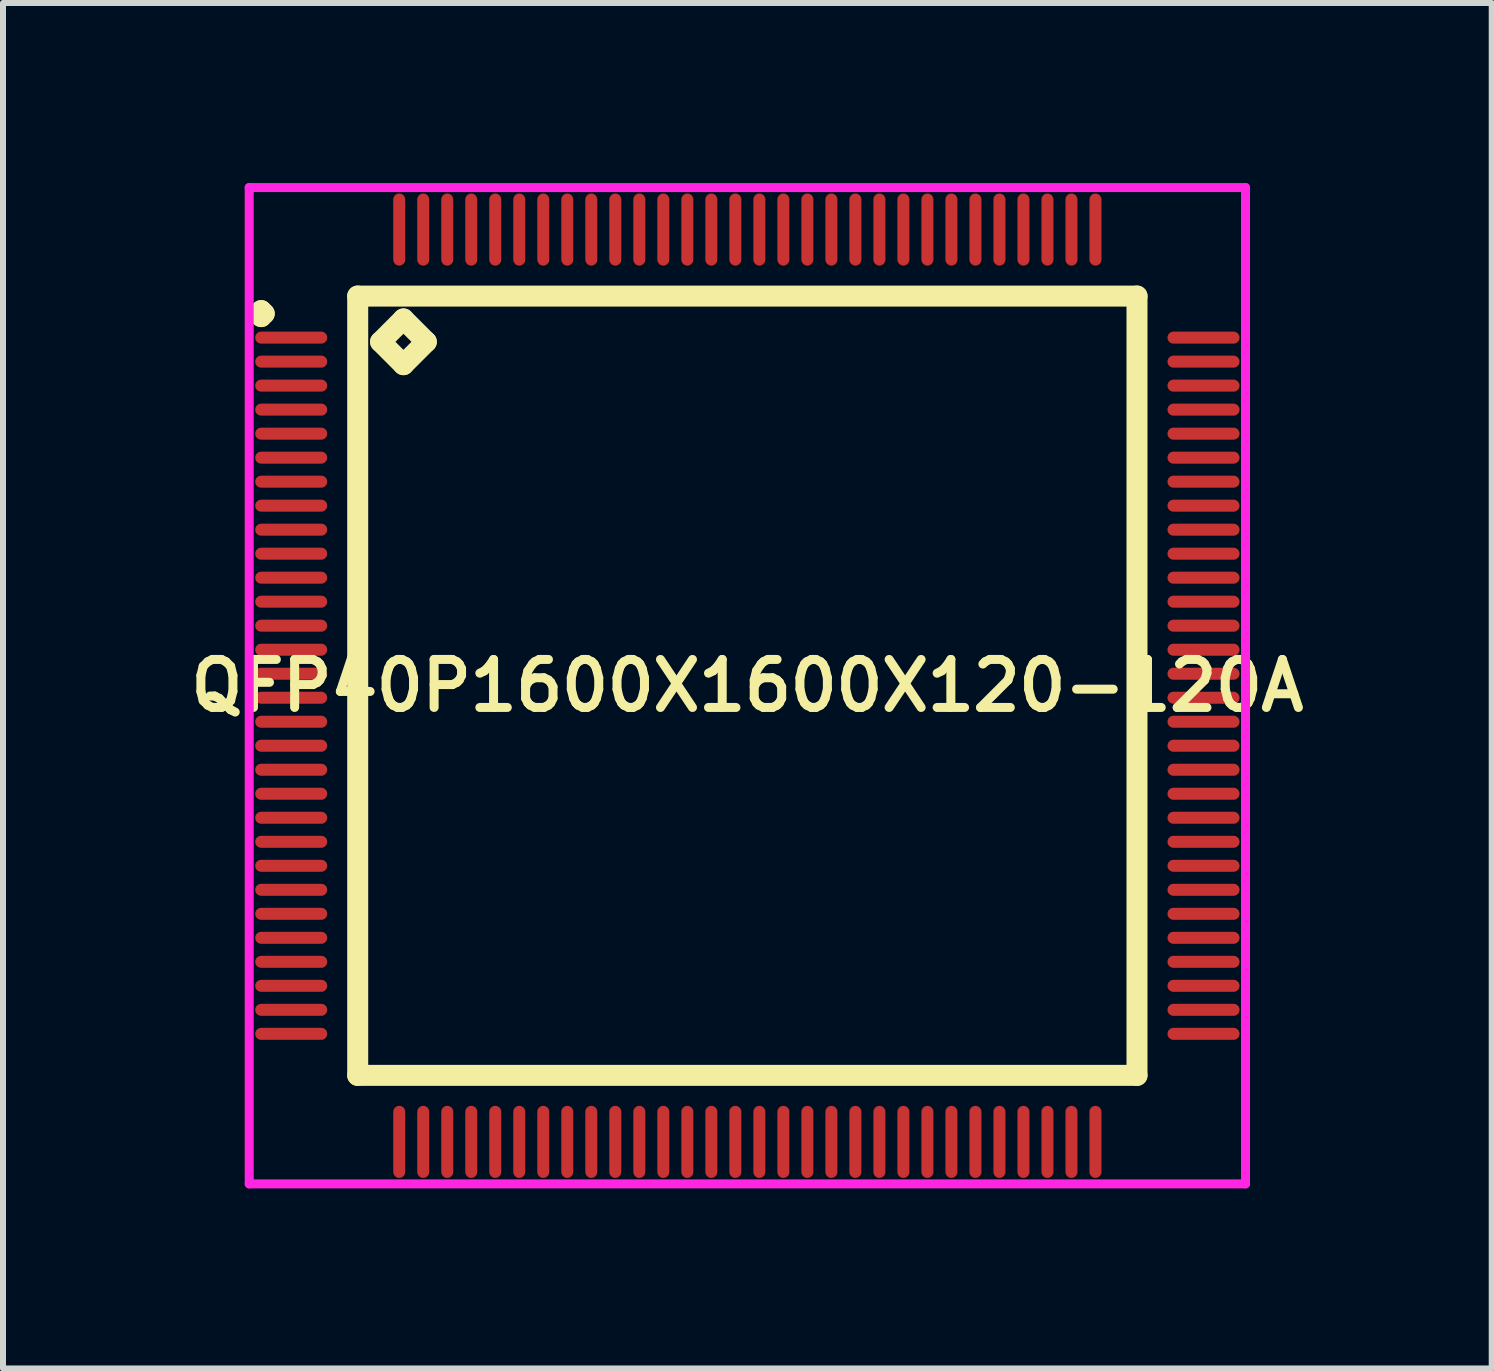
<source format=kicad_pcb>
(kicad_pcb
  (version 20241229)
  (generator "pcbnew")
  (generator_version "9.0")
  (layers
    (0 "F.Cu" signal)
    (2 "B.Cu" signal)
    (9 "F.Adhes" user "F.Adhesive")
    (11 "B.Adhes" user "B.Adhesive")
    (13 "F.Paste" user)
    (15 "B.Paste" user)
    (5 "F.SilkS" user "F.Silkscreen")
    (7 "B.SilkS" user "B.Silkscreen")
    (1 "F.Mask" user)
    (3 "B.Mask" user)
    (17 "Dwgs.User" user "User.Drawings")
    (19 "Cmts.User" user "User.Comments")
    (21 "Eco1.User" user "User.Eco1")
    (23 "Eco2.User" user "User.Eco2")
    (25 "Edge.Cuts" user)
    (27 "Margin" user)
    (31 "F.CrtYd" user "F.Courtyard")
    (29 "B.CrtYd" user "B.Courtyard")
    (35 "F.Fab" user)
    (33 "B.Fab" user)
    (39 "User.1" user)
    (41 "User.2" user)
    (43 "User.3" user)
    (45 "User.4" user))
  (footprint "QFP40P1600X1600X120-120A"
    (layer "F.Cu")
    (at 9.402 8.375)
    (property "Reference" "QFP40P1600X1600X120-120A" (at 0 0 0) (layer "F.SilkS") (effects (font (size 0.8 0.8) (thickness 0.15))))
    (attr smd)
    (fp_line (start -8.15 -6.2) (end -8.1 -6.25) (stroke (width 0.35) (type solid)) (layer "F.SilkS"))
    (fp_line (start -8.1 -6.25) (end -8.05 -6.2) (stroke (width 0.35) (type solid)) (layer "F.SilkS"))
    (fp_line (start -8.1 -6.15) (end -8.15 -6.2) (stroke (width 0.35) (type solid)) (layer "F.SilkS"))
    (fp_line (start -8.05 -6.2) (end -8.1 -6.15) (stroke (width 0.35) (type solid)) (layer "F.SilkS"))
    (fp_line (start -6.492 -6.492) (end -6.492 6.492) (stroke (width 0.35) (type solid)) (layer "F.SilkS"))
    (fp_line (start -6.492 6.492) (end 6.492 6.492) (stroke (width 0.35) (type solid)) (layer "F.SilkS"))
    (fp_line (start -6.111 -5.73) (end -5.73 -6.111) (stroke (width 0.35) (type solid)) (layer "F.SilkS"))
    (fp_line (start -5.73 -6.111) (end -5.349 -5.73) (stroke (width 0.35) (type solid)) (layer "F.SilkS"))
    (fp_line (start -5.73 -5.349) (end -6.111 -5.73) (stroke (width 0.35) (type solid)) (layer "F.SilkS"))
    (fp_line (start -5.349 -5.73) (end -5.73 -5.349) (stroke (width 0.35) (type solid)) (layer "F.SilkS"))
    (fp_line (start 6.492 -6.492) (end -6.492 -6.492) (stroke (width 0.35) (type solid)) (layer "F.SilkS"))
    (fp_line (start 6.492 6.492) (end 6.492 -6.492) (stroke (width 0.35) (type solid)) (layer "F.SilkS"))
    (fp_line (start -8.3 -8.3) (end 8.3 -8.3) (stroke (width 0.15) (type solid)) (layer "F.CrtYd"))
    (fp_line (start -8.3 8.3) (end -8.3 -8.3) (stroke (width 0.15) (type solid)) (layer "F.CrtYd"))
    (fp_line (start 8.3 -8.3) (end 8.3 8.3) (stroke (width 0.15) (type solid)) (layer "F.CrtYd"))
    (fp_line (start 8.3 8.3) (end -8.3 8.3) (stroke (width 0.15) (type solid)) (layer "F.CrtYd"))
    (pad "1" smd oval (at -7.6 -5.8) (size 1.2 0.2) (layers "F.Cu" "F.Mask" "F.Paste"))
    (pad "2" smd oval (at -7.6 -5.4) (size 1.2 0.2) (layers "F.Cu" "F.Mask" "F.Paste"))
    (pad "3" smd oval (at -7.6 -5) (size 1.2 0.2) (layers "F.Cu" "F.Mask" "F.Paste"))
    (pad "4" smd oval (at -7.6 -4.6) (size 1.2 0.2) (layers "F.Cu" "F.Mask" "F.Paste"))
    (pad "5" smd oval (at -7.6 -4.2) (size 1.2 0.2) (layers "F.Cu" "F.Mask" "F.Paste"))
    (pad "6" smd oval (at -7.6 -3.8) (size 1.2 0.2) (layers "F.Cu" "F.Mask" "F.Paste"))
    (pad "7" smd oval (at -7.6 -3.4) (size 1.2 0.2) (layers "F.Cu" "F.Mask" "F.Paste"))
    (pad "8" smd oval (at -7.6 -3) (size 1.2 0.2) (layers "F.Cu" "F.Mask" "F.Paste"))
    (pad "9" smd oval (at -7.6 -2.6) (size 1.2 0.2) (layers "F.Cu" "F.Mask" "F.Paste"))
    (pad "10" smd oval (at -7.6 -2.2) (size 1.2 0.2) (layers "F.Cu" "F.Mask" "F.Paste"))
    (pad "11" smd oval (at -7.6 -1.8) (size 1.2 0.2) (layers "F.Cu" "F.Mask" "F.Paste"))
    (pad "12" smd oval (at -7.6 -1.4) (size 1.2 0.2) (layers "F.Cu" "F.Mask" "F.Paste"))
    (pad "13" smd oval (at -7.6 -1) (size 1.2 0.2) (layers "F.Cu" "F.Mask" "F.Paste"))
    (pad "14" smd oval (at -7.6 -0.6) (size 1.2 0.2) (layers "F.Cu" "F.Mask" "F.Paste"))
    (pad "15" smd oval (at -7.6 -0.2) (size 1.2 0.2) (layers "F.Cu" "F.Mask" "F.Paste"))
    (pad "16" smd oval (at -7.6 0.2) (size 1.2 0.2) (layers "F.Cu" "F.Mask" "F.Paste"))
    (pad "17" smd oval (at -7.6 0.6) (size 1.2 0.2) (layers "F.Cu" "F.Mask" "F.Paste"))
    (pad "18" smd oval (at -7.6 1) (size 1.2 0.2) (layers "F.Cu" "F.Mask" "F.Paste"))
    (pad "19" smd oval (at -7.6 1.4) (size 1.2 0.2) (layers "F.Cu" "F.Mask" "F.Paste"))
    (pad "20" smd oval (at -7.6 1.8) (size 1.2 0.2) (layers "F.Cu" "F.Mask" "F.Paste"))
    (pad "21" smd oval (at -7.6 2.2) (size 1.2 0.2) (layers "F.Cu" "F.Mask" "F.Paste"))
    (pad "22" smd oval (at -7.6 2.6) (size 1.2 0.2) (layers "F.Cu" "F.Mask" "F.Paste"))
    (pad "23" smd oval (at -7.6 3) (size 1.2 0.2) (layers "F.Cu" "F.Mask" "F.Paste"))
    (pad "24" smd oval (at -7.6 3.4) (size 1.2 0.2) (layers "F.Cu" "F.Mask" "F.Paste"))
    (pad "25" smd oval (at -7.6 3.8) (size 1.2 0.2) (layers "F.Cu" "F.Mask" "F.Paste"))
    (pad "26" smd oval (at -7.6 4.2) (size 1.2 0.2) (layers "F.Cu" "F.Mask" "F.Paste"))
    (pad "27" smd oval (at -7.6 4.6) (size 1.2 0.2) (layers "F.Cu" "F.Mask" "F.Paste"))
    (pad "28" smd oval (at -7.6 5) (size 1.2 0.2) (layers "F.Cu" "F.Mask" "F.Paste"))
    (pad "29" smd oval (at -7.6 5.4) (size 1.2 0.2) (layers "F.Cu" "F.Mask" "F.Paste"))
    (pad "30" smd oval (at -7.6 5.8) (size 1.2 0.2) (layers "F.Cu" "F.Mask" "F.Paste"))
    (pad "31" smd oval (at -5.8 7.6) (size 0.2 1.2) (layers "F.Cu" "F.Mask" "F.Paste"))
    (pad "32" smd oval (at -5.4 7.6) (size 0.2 1.2) (layers "F.Cu" "F.Mask" "F.Paste"))
    (pad "33" smd oval (at -5 7.6) (size 0.2 1.2) (layers "F.Cu" "F.Mask" "F.Paste"))
    (pad "34" smd oval (at -4.6 7.6) (size 0.2 1.2) (layers "F.Cu" "F.Mask" "F.Paste"))
    (pad "35" smd oval (at -4.2 7.6) (size 0.2 1.2) (layers "F.Cu" "F.Mask" "F.Paste"))
    (pad "36" smd oval (at -3.8 7.6) (size 0.2 1.2) (layers "F.Cu" "F.Mask" "F.Paste"))
    (pad "37" smd oval (at -3.4 7.6) (size 0.2 1.2) (layers "F.Cu" "F.Mask" "F.Paste"))
    (pad "38" smd oval (at -3 7.6) (size 0.2 1.2) (layers "F.Cu" "F.Mask" "F.Paste"))
    (pad "39" smd oval (at -2.6 7.6) (size 0.2 1.2) (layers "F.Cu" "F.Mask" "F.Paste"))
    (pad "40" smd oval (at -2.2 7.6) (size 0.2 1.2) (layers "F.Cu" "F.Mask" "F.Paste"))
    (pad "41" smd oval (at -1.8 7.6) (size 0.2 1.2) (layers "F.Cu" "F.Mask" "F.Paste"))
    (pad "42" smd oval (at -1.4 7.6) (size 0.2 1.2) (layers "F.Cu" "F.Mask" "F.Paste"))
    (pad "43" smd oval (at -1 7.6) (size 0.2 1.2) (layers "F.Cu" "F.Mask" "F.Paste"))
    (pad "44" smd oval (at -0.6 7.6) (size 0.2 1.2) (layers "F.Cu" "F.Mask" "F.Paste"))
    (pad "45" smd oval (at -0.2 7.6) (size 0.2 1.2) (layers "F.Cu" "F.Mask" "F.Paste"))
    (pad "46" smd oval (at 0.2 7.6) (size 0.2 1.2) (layers "F.Cu" "F.Mask" "F.Paste"))
    (pad "47" smd oval (at 0.6 7.6) (size 0.2 1.2) (layers "F.Cu" "F.Mask" "F.Paste"))
    (pad "48" smd oval (at 1 7.6) (size 0.2 1.2) (layers "F.Cu" "F.Mask" "F.Paste"))
    (pad "49" smd oval (at 1.4 7.6) (size 0.2 1.2) (layers "F.Cu" "F.Mask" "F.Paste"))
    (pad "50" smd oval (at 1.8 7.6) (size 0.2 1.2) (layers "F.Cu" "F.Mask" "F.Paste"))
    (pad "51" smd oval (at 2.2 7.6) (size 0.2 1.2) (layers "F.Cu" "F.Mask" "F.Paste"))
    (pad "52" smd oval (at 2.6 7.6) (size 0.2 1.2) (layers "F.Cu" "F.Mask" "F.Paste"))
    (pad "53" smd oval (at 3 7.6) (size 0.2 1.2) (layers "F.Cu" "F.Mask" "F.Paste"))
    (pad "54" smd oval (at 3.4 7.6) (size 0.2 1.2) (layers "F.Cu" "F.Mask" "F.Paste"))
    (pad "55" smd oval (at 3.8 7.6) (size 0.2 1.2) (layers "F.Cu" "F.Mask" "F.Paste"))
    (pad "56" smd oval (at 4.2 7.6) (size 0.2 1.2) (layers "F.Cu" "F.Mask" "F.Paste"))
    (pad "57" smd oval (at 4.6 7.6) (size 0.2 1.2) (layers "F.Cu" "F.Mask" "F.Paste"))
    (pad "58" smd oval (at 5 7.6) (size 0.2 1.2) (layers "F.Cu" "F.Mask" "F.Paste"))
    (pad "59" smd oval (at 5.4 7.6) (size 0.2 1.2) (layers "F.Cu" "F.Mask" "F.Paste"))
    (pad "60" smd oval (at 5.8 7.6) (size 0.2 1.2) (layers "F.Cu" "F.Mask" "F.Paste"))
    (pad "61" smd oval (at 7.6 5.8) (size 1.2 0.2) (layers "F.Cu" "F.Mask" "F.Paste"))
    (pad "62" smd oval (at 7.6 5.4) (size 1.2 0.2) (layers "F.Cu" "F.Mask" "F.Paste"))
    (pad "63" smd oval (at 7.6 5) (size 1.2 0.2) (layers "F.Cu" "F.Mask" "F.Paste"))
    (pad "64" smd oval (at 7.6 4.6) (size 1.2 0.2) (layers "F.Cu" "F.Mask" "F.Paste"))
    (pad "65" smd oval (at 7.6 4.2) (size 1.2 0.2) (layers "F.Cu" "F.Mask" "F.Paste"))
    (pad "66" smd oval (at 7.6 3.8) (size 1.2 0.2) (layers "F.Cu" "F.Mask" "F.Paste"))
    (pad "67" smd oval (at 7.6 3.4) (size 1.2 0.2) (layers "F.Cu" "F.Mask" "F.Paste"))
    (pad "68" smd oval (at 7.6 3) (size 1.2 0.2) (layers "F.Cu" "F.Mask" "F.Paste"))
    (pad "69" smd oval (at 7.6 2.6) (size 1.2 0.2) (layers "F.Cu" "F.Mask" "F.Paste"))
    (pad "70" smd oval (at 7.6 2.2) (size 1.2 0.2) (layers "F.Cu" "F.Mask" "F.Paste"))
    (pad "71" smd oval (at 7.6 1.8) (size 1.2 0.2) (layers "F.Cu" "F.Mask" "F.Paste"))
    (pad "72" smd oval (at 7.6 1.4) (size 1.2 0.2) (layers "F.Cu" "F.Mask" "F.Paste"))
    (pad "73" smd oval (at 7.6 1) (size 1.2 0.2) (layers "F.Cu" "F.Mask" "F.Paste"))
    (pad "74" smd oval (at 7.6 0.6) (size 1.2 0.2) (layers "F.Cu" "F.Mask" "F.Paste"))
    (pad "75" smd oval (at 7.6 0.2) (size 1.2 0.2) (layers "F.Cu" "F.Mask" "F.Paste"))
    (pad "76" smd oval (at 7.6 -0.2) (size 1.2 0.2) (layers "F.Cu" "F.Mask" "F.Paste"))
    (pad "77" smd oval (at 7.6 -0.6) (size 1.2 0.2) (layers "F.Cu" "F.Mask" "F.Paste"))
    (pad "78" smd oval (at 7.6 -1) (size 1.2 0.2) (layers "F.Cu" "F.Mask" "F.Paste"))
    (pad "79" smd oval (at 7.6 -1.4) (size 1.2 0.2) (layers "F.Cu" "F.Mask" "F.Paste"))
    (pad "80" smd oval (at 7.6 -1.8) (size 1.2 0.2) (layers "F.Cu" "F.Mask" "F.Paste"))
    (pad "81" smd oval (at 7.6 -2.2) (size 1.2 0.2) (layers "F.Cu" "F.Mask" "F.Paste"))
    (pad "82" smd oval (at 7.6 -2.6) (size 1.2 0.2) (layers "F.Cu" "F.Mask" "F.Paste"))
    (pad "83" smd oval (at 7.6 -3) (size 1.2 0.2) (layers "F.Cu" "F.Mask" "F.Paste"))
    (pad "84" smd oval (at 7.6 -3.4) (size 1.2 0.2) (layers "F.Cu" "F.Mask" "F.Paste"))
    (pad "85" smd oval (at 7.6 -3.8) (size 1.2 0.2) (layers "F.Cu" "F.Mask" "F.Paste"))
    (pad "86" smd oval (at 7.6 -4.2) (size 1.2 0.2) (layers "F.Cu" "F.Mask" "F.Paste"))
    (pad "87" smd oval (at 7.6 -4.6) (size 1.2 0.2) (layers "F.Cu" "F.Mask" "F.Paste"))
    (pad "88" smd oval (at 7.6 -5) (size 1.2 0.2) (layers "F.Cu" "F.Mask" "F.Paste"))
    (pad "89" smd oval (at 7.6 -5.4) (size 1.2 0.2) (layers "F.Cu" "F.Mask" "F.Paste"))
    (pad "90" smd oval (at 7.6 -5.8) (size 1.2 0.2) (layers "F.Cu" "F.Mask" "F.Paste"))
    (pad "91" smd oval (at 5.8 -7.6) (size 0.2 1.2) (layers "F.Cu" "F.Mask" "F.Paste"))
    (pad "92" smd oval (at 5.4 -7.6) (size 0.2 1.2) (layers "F.Cu" "F.Mask" "F.Paste"))
    (pad "93" smd oval (at 5 -7.6) (size 0.2 1.2) (layers "F.Cu" "F.Mask" "F.Paste"))
    (pad "94" smd oval (at 4.6 -7.6) (size 0.2 1.2) (layers "F.Cu" "F.Mask" "F.Paste"))
    (pad "95" smd oval (at 4.2 -7.6) (size 0.2 1.2) (layers "F.Cu" "F.Mask" "F.Paste"))
    (pad "96" smd oval (at 3.8 -7.6) (size 0.2 1.2) (layers "F.Cu" "F.Mask" "F.Paste"))
    (pad "97" smd oval (at 3.4 -7.6) (size 0.2 1.2) (layers "F.Cu" "F.Mask" "F.Paste"))
    (pad "98" smd oval (at 3 -7.6) (size 0.2 1.2) (layers "F.Cu" "F.Mask" "F.Paste"))
    (pad "99" smd oval (at 2.6 -7.6) (size 0.2 1.2) (layers "F.Cu" "F.Mask" "F.Paste"))
    (pad "100" smd oval (at 2.2 -7.6) (size 0.2 1.2) (layers "F.Cu" "F.Mask" "F.Paste"))
    (pad "101" smd oval (at 1.8 -7.6) (size 0.2 1.2) (layers "F.Cu" "F.Mask" "F.Paste"))
    (pad "102" smd oval (at 1.4 -7.6) (size 0.2 1.2) (layers "F.Cu" "F.Mask" "F.Paste"))
    (pad "103" smd oval (at 1 -7.6) (size 0.2 1.2) (layers "F.Cu" "F.Mask" "F.Paste"))
    (pad "104" smd oval (at 0.6 -7.6) (size 0.2 1.2) (layers "F.Cu" "F.Mask" "F.Paste"))
    (pad "105" smd oval (at 0.2 -7.6) (size 0.2 1.2) (layers "F.Cu" "F.Mask" "F.Paste"))
    (pad "106" smd oval (at -0.2 -7.6) (size 0.2 1.2) (layers "F.Cu" "F.Mask" "F.Paste"))
    (pad "107" smd oval (at -0.6 -7.6) (size 0.2 1.2) (layers "F.Cu" "F.Mask" "F.Paste"))
    (pad "108" smd oval (at -1 -7.6) (size 0.2 1.2) (layers "F.Cu" "F.Mask" "F.Paste"))
    (pad "109" smd oval (at -1.4 -7.6) (size 0.2 1.2) (layers "F.Cu" "F.Mask" "F.Paste"))
    (pad "110" smd oval (at -1.8 -7.6) (size 0.2 1.2) (layers "F.Cu" "F.Mask" "F.Paste"))
    (pad "111" smd oval (at -2.2 -7.6) (size 0.2 1.2) (layers "F.Cu" "F.Mask" "F.Paste"))
    (pad "112" smd oval (at -2.6 -7.6) (size 0.2 1.2) (layers "F.Cu" "F.Mask" "F.Paste"))
    (pad "113" smd oval (at -3 -7.6) (size 0.2 1.2) (layers "F.Cu" "F.Mask" "F.Paste"))
    (pad "114" smd oval (at -3.4 -7.6) (size 0.2 1.2) (layers "F.Cu" "F.Mask" "F.Paste"))
    (pad "115" smd oval (at -3.8 -7.6) (size 0.2 1.2) (layers "F.Cu" "F.Mask" "F.Paste"))
    (pad "116" smd oval (at -4.2 -7.6) (size 0.2 1.2) (layers "F.Cu" "F.Mask" "F.Paste"))
    (pad "117" smd oval (at -4.6 -7.6) (size 0.2 1.2) (layers "F.Cu" "F.Mask" "F.Paste"))
    (pad "118" smd oval (at -5 -7.6) (size 0.2 1.2) (layers "F.Cu" "F.Mask" "F.Paste"))
    (pad "119" smd oval (at -5.4 -7.6) (size 0.2 1.2) (layers "F.Cu" "F.Mask" "F.Paste"))
    (pad "120" smd oval (at -5.8 -7.6) (size 0.2 1.2) (layers "F.Cu" "F.Mask" "F.Paste")))
  (gr_rect
    (start -3 -3)
    (end 21.804 19.75)
    (stroke (width 0.1) (type default))
    (fill no)
    (layer "Edge.Cuts")))
</source>
